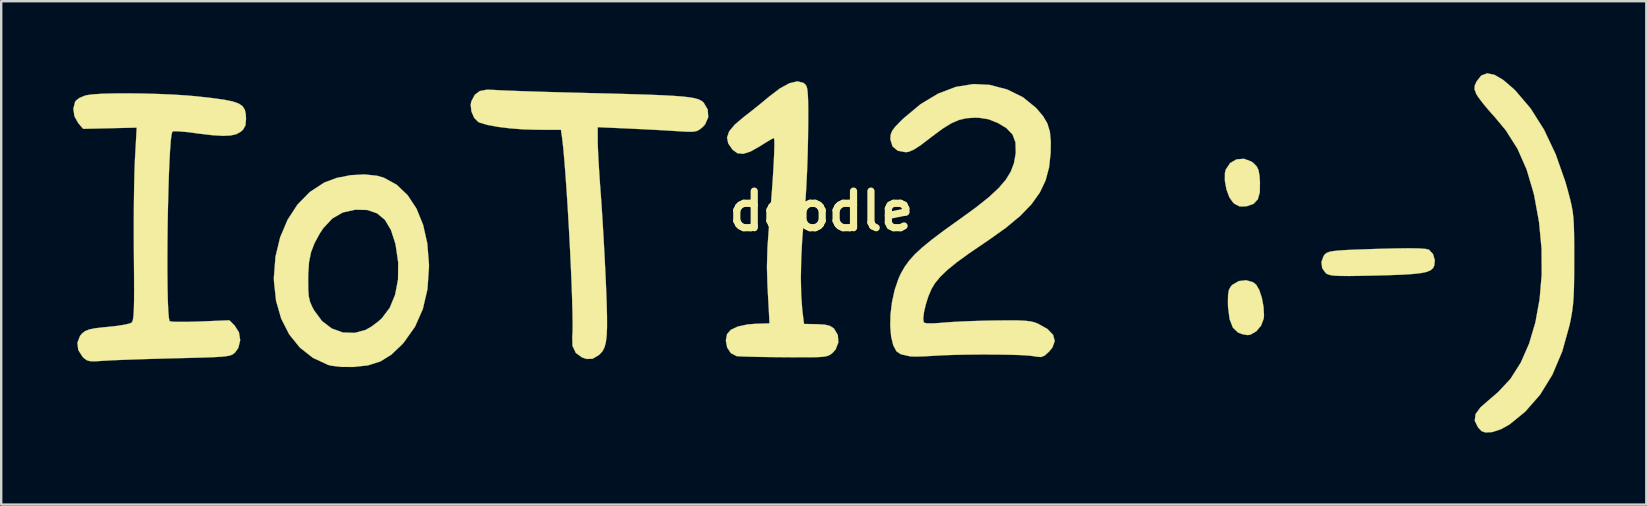
<source format=kicad_pcb>
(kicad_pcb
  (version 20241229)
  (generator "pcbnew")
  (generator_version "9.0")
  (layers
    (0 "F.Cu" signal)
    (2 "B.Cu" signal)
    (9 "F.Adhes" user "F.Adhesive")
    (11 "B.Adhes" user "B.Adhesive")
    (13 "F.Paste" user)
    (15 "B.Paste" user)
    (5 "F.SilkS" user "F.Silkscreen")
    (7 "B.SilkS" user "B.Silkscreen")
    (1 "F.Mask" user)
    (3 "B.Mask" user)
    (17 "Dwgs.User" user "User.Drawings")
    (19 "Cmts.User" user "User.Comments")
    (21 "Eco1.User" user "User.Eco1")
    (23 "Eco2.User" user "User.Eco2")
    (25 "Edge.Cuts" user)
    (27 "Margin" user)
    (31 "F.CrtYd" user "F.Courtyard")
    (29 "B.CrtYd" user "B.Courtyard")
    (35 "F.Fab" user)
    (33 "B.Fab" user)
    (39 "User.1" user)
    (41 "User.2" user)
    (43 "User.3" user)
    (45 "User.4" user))
  (footprint "doodle"
    (layer "F.Cu")
    (at 31.161 5.745)
    (property "Reference" "doodle" (at 0 0 0) (layer "F.SilkS") (effects (font (size 1.524 1.524) (thickness 0.3))))
    (attr through_hole)
    (fp_poly (pts (xy 17.915 -2.067) (xy 18.005 -2) (xy 18.133 -1.869) (xy 18.209 -1.718) (xy 18.251 -1.494) (xy 18.272 -1.215) (xy 18.266 -0.787) (xy 18.183 -0.492) (xy 18.01 -0.307) (xy 17.732 -0.208) (xy 17.689 -0.2) (xy 17.432 -0.195) (xy 17.224 -0.297) (xy 17.158 -0.351) (xy 16.999 -0.575) (xy 16.878 -0.9) (xy 16.811 -1.26) (xy 16.813 -1.59) (xy 16.847 -1.731) (xy 17.029 -2.003) (xy 17.298 -2.157) (xy 17.608 -2.181) (xy 17.915 -2.067)) (stroke (width 0.01) (type solid)) (fill yes) (layer "F.SilkS"))
    (fp_poly (pts (xy 17.984 2.961) (xy 18.112 3.06) (xy 18.243 3.283) (xy 18.351 3.612) (xy 18.421 3.985) (xy 18.44 4.339) (xy 18.427 4.48) (xy 18.319 4.767) (xy 18.121 5.004) (xy 17.878 5.144) (xy 17.754 5.163) (xy 17.535 5.124) (xy 17.357 5.055) (xy 17.146 4.854) (xy 17.008 4.501) (xy 16.943 3.995) (xy 16.938 3.804) (xy 16.944 3.485) (xy 16.979 3.282) (xy 17.055 3.141) (xy 17.129 3.063) (xy 17.393 2.913) (xy 17.7 2.879) (xy 17.984 2.961)) (stroke (width 0.01) (type solid)) (fill yes) (layer "F.SilkS"))
    (fp_poly (pts (xy 24.862 1.552) (xy 25.144 1.57) (xy 25.296 1.599) (xy 25.309 1.605) (xy 25.478 1.782) (xy 25.556 2.041) (xy 25.533 2.267) (xy 25.479 2.376) (xy 25.381 2.462) (xy 25.221 2.529) (xy 24.98 2.58) (xy 24.638 2.618) (xy 24.176 2.647) (xy 23.576 2.669) (xy 23.12 2.68) (xy 22.493 2.694) (xy 22.013 2.701) (xy 21.657 2.7) (xy 21.404 2.689) (xy 21.229 2.669) (xy 21.113 2.638) (xy 21.03 2.594) (xy 21.018 2.586) (xy 20.866 2.38) (xy 20.833 2.118) (xy 20.924 1.865) (xy 20.985 1.791) (xy 21.05 1.74) (xy 21.147 1.7) (xy 21.297 1.668) (xy 21.522 1.643) (xy 21.843 1.621) (xy 22.281 1.602) (xy 22.859 1.582) (xy 23.138 1.573) (xy 23.869 1.554) (xy 24.44 1.547) (xy 24.862 1.552)) (stroke (width 0.01) (type solid)) (fill yes) (layer "F.SilkS"))
    (fp_poly (pts (xy 28.043 -5.678) (xy 28.409 -5.462) (xy 28.839 -5.092) (xy 28.921 -5.011) (xy 29.548 -4.275) (xy 30.105 -3.393) (xy 30.588 -2.375) (xy 30.99 -1.232) (xy 31.099 -0.847) (xy 31.185 -0.521) (xy 31.249 -0.249) (xy 31.296 0.004) (xy 31.327 0.268) (xy 31.347 0.578) (xy 31.357 0.964) (xy 31.361 1.46) (xy 31.362 1.99) (xy 31.36 2.636) (xy 31.353 3.146) (xy 31.338 3.554) (xy 31.312 3.894) (xy 31.273 4.198) (xy 31.22 4.501) (xy 31.17 4.739) (xy 30.864 5.84) (xy 30.455 6.809) (xy 29.941 7.646) (xy 29.32 8.354) (xy 28.669 8.884) (xy 28.309 9.085) (xy 27.962 9.198) (xy 27.9 9.207) (xy 27.657 9.218) (xy 27.502 9.162) (xy 27.358 9.011) (xy 27.356 9.009) (xy 27.22 8.731) (xy 27.253 8.456) (xy 27.454 8.179) (xy 27.51 8.128) (xy 27.702 7.961) (xy 27.962 7.736) (xy 28.206 7.525) (xy 28.709 6.985) (xy 29.136 6.311) (xy 29.483 5.521) (xy 29.746 4.633) (xy 29.922 3.665) (xy 30.009 2.635) (xy 30.002 1.562) (xy 29.899 0.462) (xy 29.697 -0.644) (xy 29.671 -0.757) (xy 29.379 -1.74) (xy 28.999 -2.6) (xy 28.514 -3.366) (xy 28.068 -3.903) (xy 27.79 -4.215) (xy 27.546 -4.509) (xy 27.365 -4.749) (xy 27.285 -4.876) (xy 27.209 -5.075) (xy 27.222 -5.237) (xy 27.297 -5.404) (xy 27.49 -5.648) (xy 27.737 -5.74) (xy 28.043 -5.678)) (stroke (width 0.01) (type solid)) (fill yes) (layer "F.SilkS"))
    (fp_poly (pts (xy -18.505 -1.474) (xy -18.23 -1.396) (xy -17.69 -1.101) (xy -17.233 -0.667) (xy -16.863 -0.106) (xy -16.587 0.57) (xy -16.412 1.349) (xy -16.343 2.218) (xy -16.342 2.316) (xy -16.405 3.248) (xy -16.598 4.077) (xy -16.925 4.815) (xy -17.389 5.47) (xy -17.469 5.559) (xy -17.913 5.98) (xy -18.368 6.261) (xy -18.881 6.423) (xy -19.473 6.489) (xy -19.997 6.488) (xy -20.411 6.438) (xy -20.547 6.403) (xy -21.18 6.109) (xy -21.722 5.682) (xy -22.163 5.135) (xy -22.496 4.482) (xy -22.711 3.736) (xy -22.8 2.911) (xy -22.8 2.879) (xy -21.375 2.879) (xy -21.371 3.272) (xy -21.35 3.55) (xy -21.301 3.765) (xy -21.214 3.97) (xy -21.132 4.126) (xy -20.802 4.574) (xy -20.394 4.887) (xy -19.931 5.055) (xy -19.435 5.071) (xy -18.984 4.949) (xy -18.744 4.813) (xy -18.467 4.607) (xy -18.306 4.463) (xy -17.977 4.027) (xy -17.751 3.478) (xy -17.631 2.842) (xy -17.623 2.142) (xy -17.731 1.405) (xy -17.742 1.355) (xy -17.926 0.784) (xy -18.176 0.365) (xy -18.504 0.09) (xy -18.917 -0.049) (xy -19.416 -0.06) (xy -19.933 0.055) (xy -20.369 0.307) (xy -20.743 0.706) (xy -20.894 0.935) (xy -21.113 1.338) (xy -21.256 1.715) (xy -21.338 2.122) (xy -21.372 2.614) (xy -21.375 2.879) (xy -22.8 2.879) (xy -22.802 2.752) (xy -22.735 1.893) (xy -22.541 1.089) (xy -22.232 0.36) (xy -21.818 -0.275) (xy -21.308 -0.796) (xy -20.713 -1.185) (xy -20.698 -1.193) (xy -20.186 -1.384) (xy -19.612 -1.497) (xy -19.033 -1.529) (xy -18.505 -1.474)) (stroke (width 0.01) (type solid)) (fill yes) (layer "F.SilkS"))
    (fp_poly (pts (xy -0.742 -5.343) (xy -0.658 -5.271) (xy -0.616 -5.202) (xy -0.585 -5.089) (xy -0.564 -4.911) (xy -0.551 -4.648) (xy -0.545 -4.279) (xy -0.545 -3.784) (xy -0.552 -3.141) (xy -0.552 -3.09) (xy -0.567 -2.4) (xy -0.592 -1.675) (xy -0.627 -0.963) (xy -0.668 -0.314) (xy -0.712 0.223) (xy -0.72 0.296) (xy -0.793 1.135) (xy -0.837 1.979) (xy -0.852 2.787) (xy -0.837 3.518) (xy -0.791 4.129) (xy -0.783 4.191) (xy -0.72 4.699) (xy -0.183 4.709) (xy 0.148 4.728) (xy 0.363 4.781) (xy 0.515 4.88) (xy 0.533 4.898) (xy 0.689 5.162) (xy 0.71 5.468) (xy 0.599 5.758) (xy 0.478 5.895) (xy 0.396 5.962) (xy 0.31 6.011) (xy 0.196 6.047) (xy 0.03 6.07) (xy -0.212 6.083) (xy -0.554 6.088) (xy -1.021 6.088) (xy -1.55 6.084) (xy -2.095 6.079) (xy -2.592 6.072) (xy -3.012 6.062) (xy -3.328 6.051) (xy -3.51 6.04) (xy -3.534 6.036) (xy -3.767 5.914) (xy -3.922 5.681) (xy -3.976 5.388) (xy -3.927 5.126) (xy -3.772 4.946) (xy -3.478 4.807) (xy -3.069 4.719) (xy -2.752 4.694) (xy -2.159 4.674) (xy -2.17 4.432) (xy -2.179 4.257) (xy -2.195 3.954) (xy -2.217 3.565) (xy -2.24 3.13) (xy -2.243 3.09) (xy -2.264 2.323) (xy -2.242 1.507) (xy -2.175 0.587) (xy -2.172 0.55) (xy -2.112 -0.132) (xy -2.06 -0.79) (xy -2.017 -1.401) (xy -1.984 -1.946) (xy -1.963 -2.404) (xy -1.953 -2.754) (xy -1.957 -2.975) (xy -1.974 -3.048) (xy -2.066 -3.005) (xy -2.259 -2.892) (xy -2.515 -2.732) (xy -2.55 -2.709) (xy -2.946 -2.485) (xy -3.254 -2.388) (xy -3.497 -2.414) (xy -3.698 -2.561) (xy -3.698 -2.561) (xy -3.877 -2.82) (xy -3.926 -3.068) (xy -3.837 -3.323) (xy -3.604 -3.605) (xy -3.22 -3.93) (xy -3.197 -3.947) (xy -2.851 -4.216) (xy -2.477 -4.518) (xy -2.189 -4.758) (xy -1.725 -5.112) (xy -1.324 -5.329) (xy -0.994 -5.407) (xy -0.742 -5.343)) (stroke (width 0.01) (type solid)) (fill yes) (layer "F.SilkS"))
    (fp_poly (pts (xy -13.616 -5.048) (xy -13.411 -5.035) (xy -13.059 -5.02) (xy -12.583 -5.002) (xy -12.004 -4.983) (xy -11.344 -4.963) (xy -10.627 -4.943) (xy -9.875 -4.924) (xy -9.779 -4.921) (xy -8.77 -4.897) (xy -7.917 -4.873) (xy -7.205 -4.851) (xy -6.621 -4.827) (xy -6.15 -4.802) (xy -5.779 -4.774) (xy -5.493 -4.741) (xy -5.28 -4.704) (xy -5.124 -4.66) (xy -5.012 -4.608) (xy -4.929 -4.547) (xy -4.897 -4.515) (xy -4.729 -4.227) (xy -4.711 -3.911) (xy -4.839 -3.614) (xy -4.954 -3.491) (xy -5.078 -3.393) (xy -5.198 -3.334) (xy -5.356 -3.308) (xy -5.594 -3.309) (xy -5.954 -3.329) (xy -6.008 -3.333) (xy -6.405 -3.358) (xy -6.91 -3.386) (xy -7.461 -3.414) (xy -7.998 -3.44) (xy -8.065 -3.443) (xy -9.313 -3.498) (xy -9.313 -2.913) (xy -9.306 -2.634) (xy -9.287 -2.228) (xy -9.258 -1.735) (xy -9.223 -1.196) (xy -9.191 -0.762) (xy -9.151 -0.207) (xy -9.108 0.468) (xy -9.064 1.211) (xy -9.023 1.974) (xy -8.987 2.707) (xy -8.974 2.978) (xy -8.944 3.737) (xy -8.927 4.347) (xy -8.925 4.826) (xy -8.941 5.195) (xy -8.976 5.472) (xy -9.033 5.678) (xy -9.112 5.831) (xy -9.218 5.95) (xy -9.284 6.007) (xy -9.528 6.148) (xy -9.772 6.157) (xy -9.965 6.095) (xy -10.224 5.907) (xy -10.364 5.612) (xy -10.373 5.234) (xy -10.373 5.234) (xy -10.359 5.018) (xy -10.357 4.655) (xy -10.365 4.168) (xy -10.382 3.578) (xy -10.406 2.909) (xy -10.438 2.182) (xy -10.475 1.42) (xy -10.517 0.644) (xy -10.562 -0.123) (xy -10.609 -0.858) (xy -10.657 -1.54) (xy -10.705 -2.146) (xy -10.751 -2.654) (xy -10.795 -3.042) (xy -10.805 -3.111) (xy -10.845 -3.387) (xy -11.836 -3.39) (xy -12.402 -3.406) (xy -12.959 -3.448) (xy -13.472 -3.511) (xy -13.902 -3.59) (xy -14.213 -3.681) (xy -14.291 -3.716) (xy -14.462 -3.889) (xy -14.574 -4.154) (xy -14.605 -4.438) (xy -14.575 -4.581) (xy -14.431 -4.848) (xy -14.227 -5.002) (xy -13.93 -5.059) (xy -13.616 -5.048)) (stroke (width 0.01) (type solid)) (fill yes) (layer "F.SilkS"))
    (fp_poly (pts (xy -28.233 -4.898) (xy -27.594 -4.88) (xy -26.972 -4.853) (xy -26.398 -4.816) (xy -26.011 -4.781) (xy -25.371 -4.71) (xy -24.879 -4.642) (xy -24.517 -4.569) (xy -24.265 -4.48) (xy -24.103 -4.368) (xy -24.012 -4.222) (xy -23.972 -4.034) (xy -23.963 -3.837) (xy -23.987 -3.573) (xy -24.086 -3.396) (xy -24.184 -3.308) (xy -24.361 -3.209) (xy -24.6 -3.152) (xy -24.926 -3.137) (xy -25.361 -3.163) (xy -25.931 -3.23) (xy -26.12 -3.256) (xy -26.482 -3.301) (xy -26.78 -3.325) (xy -26.976 -3.326) (xy -27.031 -3.313) (xy -27.065 -3.197) (xy -27.098 -2.934) (xy -27.127 -2.545) (xy -27.154 -2.05) (xy -27.178 -1.47) (xy -27.198 -0.826) (xy -27.215 -0.138) (xy -27.228 0.572) (xy -27.236 1.284) (xy -27.24 1.977) (xy -27.238 2.63) (xy -27.232 3.223) (xy -27.22 3.735) (xy -27.202 4.145) (xy -27.179 4.432) (xy -27.149 4.576) (xy -27.141 4.587) (xy -27.031 4.604) (xy -26.786 4.613) (xy -26.436 4.612) (xy -26.016 4.601) (xy -25.858 4.596) (xy -24.655 4.547) (xy -24.435 4.767) (xy -24.257 5.05) (xy -24.206 5.378) (xy -24.283 5.695) (xy -24.411 5.877) (xy -24.474 5.935) (xy -24.546 5.981) (xy -24.647 6.017) (xy -24.798 6.044) (xy -25.018 6.066) (xy -25.329 6.083) (xy -25.75 6.098) (xy -26.302 6.113) (xy -26.93 6.128) (xy -27.58 6.145) (xy -28.211 6.164) (xy -28.791 6.183) (xy -29.289 6.202) (xy -29.677 6.22) (xy -29.903 6.233) (xy -30.237 6.255) (xy -30.45 6.251) (xy -30.591 6.213) (xy -30.706 6.13) (xy -30.771 6.067) (xy -30.951 5.786) (xy -30.986 5.479) (xy -30.875 5.192) (xy -30.785 5.088) (xy -30.661 4.995) (xy -30.495 4.929) (xy -30.249 4.879) (xy -29.886 4.837) (xy -29.717 4.822) (xy -29.341 4.781) (xy -29.022 4.73) (xy -28.801 4.677) (xy -28.73 4.644) (xy -28.695 4.594) (xy -28.668 4.495) (xy -28.648 4.331) (xy -28.634 4.085) (xy -28.626 3.739) (xy -28.624 3.278) (xy -28.626 2.683) (xy -28.632 1.938) (xy -28.633 1.826) (xy -28.637 1.088) (xy -28.637 0.336) (xy -28.632 -0.394) (xy -28.622 -1.067) (xy -28.609 -1.649) (xy -28.592 -2.104) (xy -28.588 -2.184) (xy -28.516 -3.48) (xy -29.632 -3.454) (xy -30.747 -3.429) (xy -30.952 -3.667) (xy -31.11 -3.95) (xy -31.156 -4.266) (xy -31.083 -4.55) (xy -31.049 -4.603) (xy -30.9 -4.717) (xy -30.665 -4.813) (xy -30.605 -4.829) (xy -30.344 -4.865) (xy -29.945 -4.89) (xy -29.44 -4.903) (xy -28.859 -4.906) (xy -28.233 -4.898)) (stroke (width 0.01) (type solid)) (fill yes) (layer "F.SilkS"))
    (fp_poly (pts (xy 7.011 -5.259) (xy 7.746 -5.067) (xy 8.395 -4.747) (xy 8.934 -4.31) (xy 8.96 -4.284) (xy 9.237 -3.958) (xy 9.419 -3.648) (xy 9.522 -3.305) (xy 9.56 -2.883) (xy 9.553 -2.425) (xy 9.488 -1.825) (xy 9.343 -1.281) (xy 9.102 -0.775) (xy 8.755 -0.288) (xy 8.287 0.196) (xy 7.686 0.695) (xy 6.939 1.226) (xy 6.818 1.307) (xy 6.169 1.748) (xy 5.652 2.123) (xy 5.251 2.449) (xy 4.949 2.739) (xy 4.73 3.008) (xy 4.589 3.244) (xy 4.459 3.55) (xy 4.352 3.886) (xy 4.278 4.206) (xy 4.246 4.468) (xy 4.266 4.627) (xy 4.279 4.645) (xy 4.398 4.672) (xy 4.64 4.675) (xy 4.962 4.656) (xy 5.038 4.648) (xy 5.357 4.623) (xy 5.8 4.599) (xy 6.319 4.578) (xy 6.868 4.562) (xy 7.197 4.556) (xy 7.754 4.55) (xy 8.171 4.552) (xy 8.477 4.565) (xy 8.701 4.59) (xy 8.872 4.629) (xy 9.016 4.684) (xy 9.419 4.909) (xy 9.655 5.152) (xy 9.724 5.411) (xy 9.624 5.684) (xy 9.479 5.859) (xy 9.299 6.02) (xy 9.146 6.077) (xy 8.935 6.057) (xy 8.865 6.043) (xy 8.643 6.016) (xy 8.283 5.995) (xy 7.818 5.981) (xy 7.28 5.973) (xy 6.7 5.971) (xy 6.112 5.976) (xy 5.546 5.987) (xy 5.035 6.005) (xy 4.657 6.027) (xy 4.287 6.048) (xy 3.967 6.057) (xy 3.743 6.052) (xy 3.683 6.045) (xy 3.457 5.993) (xy 3.318 5.963) (xy 3.132 5.841) (xy 2.996 5.586) (xy 2.909 5.224) (xy 2.872 4.785) (xy 2.884 4.295) (xy 2.946 3.784) (xy 3.058 3.278) (xy 3.219 2.806) (xy 3.313 2.601) (xy 3.47 2.325) (xy 3.66 2.062) (xy 3.901 1.794) (xy 4.213 1.506) (xy 4.612 1.181) (xy 5.118 0.8) (xy 5.748 0.349) (xy 5.786 0.323) (xy 6.45 -0.16) (xy 6.979 -0.581) (xy 7.386 -0.959) (xy 7.687 -1.309) (xy 7.895 -1.65) (xy 8.026 -1.999) (xy 8.093 -2.373) (xy 8.1 -2.44) (xy 8.089 -2.864) (xy 7.966 -3.193) (xy 7.71 -3.46) (xy 7.358 -3.671) (xy 6.968 -3.827) (xy 6.575 -3.889) (xy 6.397 -3.893) (xy 6.052 -3.872) (xy 5.738 -3.8) (xy 5.419 -3.662) (xy 5.06 -3.441) (xy 4.626 -3.121) (xy 4.495 -3.018) (xy 4.127 -2.739) (xy 3.853 -2.563) (xy 3.647 -2.474) (xy 3.519 -2.455) (xy 3.185 -2.516) (xy 2.969 -2.694) (xy 2.88 -2.977) (xy 2.879 -3.03) (xy 2.893 -3.196) (xy 2.953 -3.346) (xy 3.083 -3.519) (xy 3.307 -3.75) (xy 3.43 -3.868) (xy 4.138 -4.458) (xy 4.866 -4.895) (xy 5.603 -5.175) (xy 6.34 -5.294) (xy 7.011 -5.259)) (stroke (width 0.01) (type solid)) (fill yes) (layer "F.SilkS")))
  (gr_rect
    (start -3 -3)
    (end 65.527 17.968)
    (stroke (width 0.1) (type default))
    (fill no)
    (layer "Edge.Cuts")))
</source>
